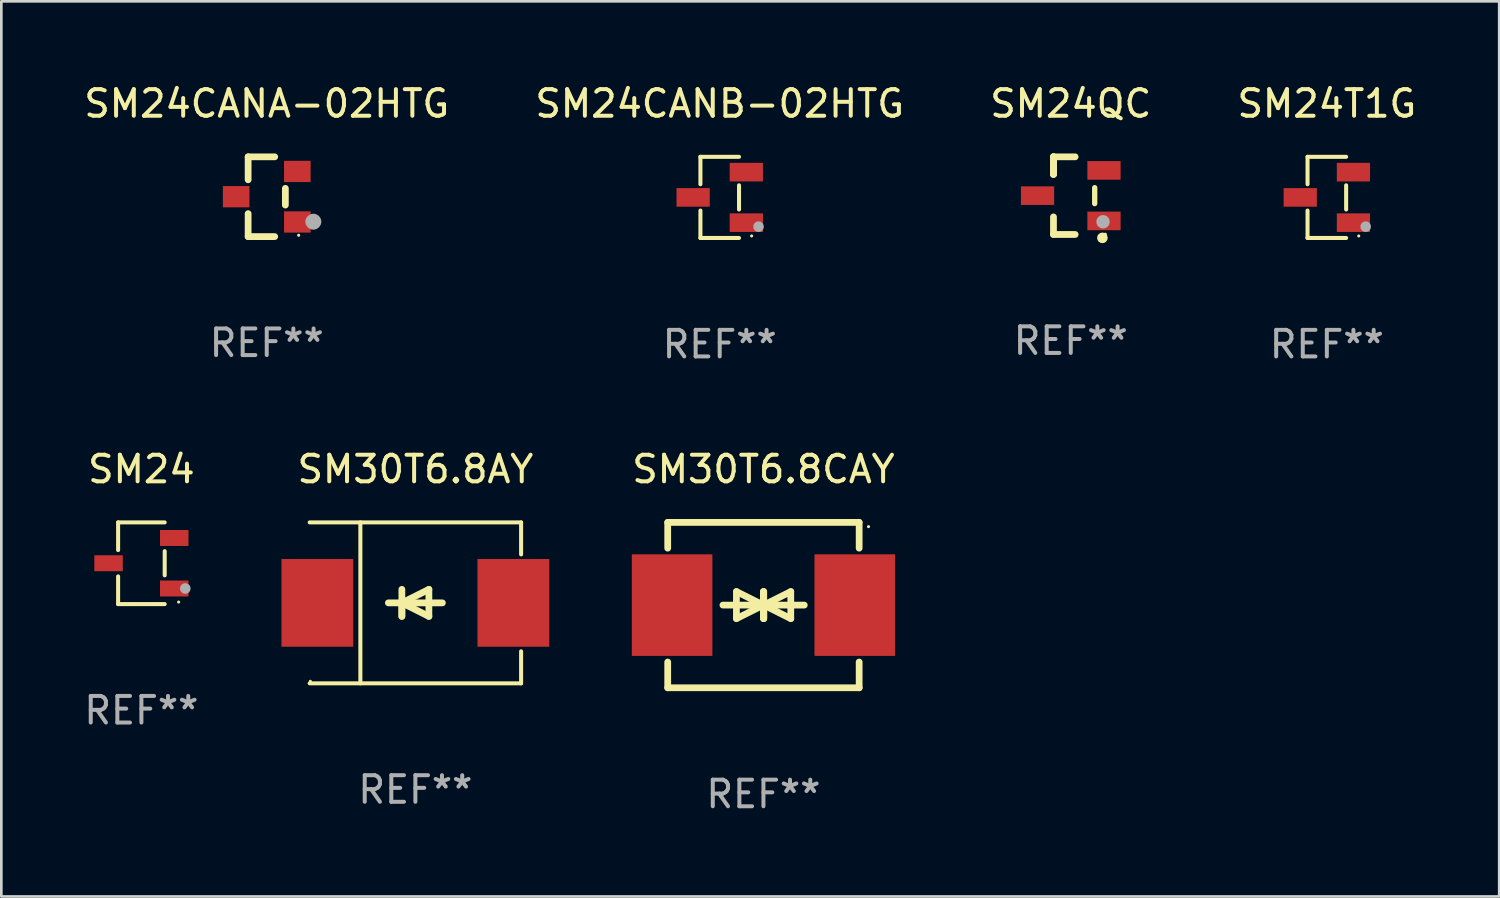
<source format=kicad_pcb>
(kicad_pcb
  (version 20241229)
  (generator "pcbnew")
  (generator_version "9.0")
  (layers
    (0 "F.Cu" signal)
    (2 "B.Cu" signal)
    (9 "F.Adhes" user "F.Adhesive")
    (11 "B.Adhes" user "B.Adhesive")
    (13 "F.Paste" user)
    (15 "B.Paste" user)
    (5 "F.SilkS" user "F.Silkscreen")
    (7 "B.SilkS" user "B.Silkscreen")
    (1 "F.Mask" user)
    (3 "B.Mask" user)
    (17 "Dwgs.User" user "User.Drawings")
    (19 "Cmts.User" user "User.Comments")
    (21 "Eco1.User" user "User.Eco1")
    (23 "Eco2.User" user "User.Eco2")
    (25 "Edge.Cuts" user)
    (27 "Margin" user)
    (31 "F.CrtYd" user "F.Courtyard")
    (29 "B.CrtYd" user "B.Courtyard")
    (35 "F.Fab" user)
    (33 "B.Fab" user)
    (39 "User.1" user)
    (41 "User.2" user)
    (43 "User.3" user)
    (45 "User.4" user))
  (footprint "SM24"
    (layer "F.Cu")
    (at 2.268 18.133)
    (property "Reference" "SM24" (at 0 -3.536 0) (layer "F.SilkS") (effects (font (size 1 1) (thickness 0.15))))
    (attr through_hole)
    (fp_line (start -0.876 -1.536) (end -0.876 -0.495) (stroke (width 0.152) (type solid)) (layer "F.SilkS"))
    (fp_line (start -0.876 1.536) (end -0.876 0.495) (stroke (width 0.152) (type solid)) (layer "F.SilkS"))
    (fp_line (start 0.876 -1.536) (end -0.876 -1.536) (stroke (width 0.152) (type solid)) (layer "F.SilkS"))
    (fp_line (start 0.876 -0.455) (end 0.876 0.455) (stroke (width 0.152) (type solid)) (layer "F.SilkS"))
    (fp_line (start 0.876 1.536) (end -0.876 1.536) (stroke (width 0.152) (type solid)) (layer "F.SilkS"))
    (fp_circle (center 1.4 1.46) (end 1.43 1.46) (stroke (width 0.06) (type solid)) (fill no) (layer "F.SilkS"))
    (fp_circle (center 1.651 0.95) (end 1.751 0.95) (stroke (width 0.2) (type solid)) (fill no) (layer "F.Fab"))
    (fp_text user "REF**" (at 0 5.536 0) (layer "F.Fab") (effects (font (size 1 1) (thickness 0.15))))
    (pad "1" smd rect (at 1.235 0.95) (size 1.07 0.6) (layers "F.Cu" "F.Mask" "F.Paste"))
    (pad "2" smd rect (at 1.235 -0.95) (size 1.07 0.6) (layers "F.Cu" "F.Mask" "F.Paste"))
    (pad "3" smd rect (at -1.235 0) (size 1.07 0.6) (layers "F.Cu" "F.Mask" "F.Paste")))
  (footprint "SM30T6.8AY"
    (layer "F.Cu")
    (at 12.572 19.623)
    (property "Reference" "SM30T6.8AY" (at 0 -5.026 0) (layer "F.SilkS") (effects (font (size 1 1) (thickness 0.15))))
    (attr through_hole)
    (fp_line (start -3.976 -3.026) (end 3.976 -3.026) (stroke (width 0.152) (type solid)) (layer "F.SilkS"))
    (fp_line (start -3.976 3.026) (end 3.976 3.026) (stroke (width 0.152) (type solid)) (layer "F.SilkS"))
    (fp_line (start -2.069 -3.026) (end -2.069 3.026) (stroke (width 0.152) (type solid)) (layer "F.SilkS"))
    (fp_line (start -0.508 0) (end -0.508 0.508) (stroke (width 0.254) (type solid)) (layer "F.SilkS"))
    (fp_line (start -0.508 0) (end 0.508 0.508) (stroke (width 0.254) (type solid)) (layer "F.SilkS"))
    (fp_line (start -0.508 0.508) (end -0.508 -0.508) (stroke (width 0.254) (type solid)) (layer "F.SilkS"))
    (fp_line (start 0.508 -0.508) (end -0.508 0) (stroke (width 0.254) (type solid)) (layer "F.SilkS"))
    (fp_line (start 0.508 0.508) (end 0.508 -0.508) (stroke (width 0.254) (type solid)) (layer "F.SilkS"))
    (fp_line (start 1.016 0) (end -1.016 0) (stroke (width 0.254) (type solid)) (layer "F.SilkS"))
    (fp_line (start 3.976 -3.026) (end 3.976 -1.823) (stroke (width 0.152) (type solid)) (layer "F.SilkS"))
    (fp_line (start 3.976 3.026) (end 3.976 1.823) (stroke (width 0.152) (type solid)) (layer "F.SilkS"))
    (fp_circle (center -3.95 2.95) (end -3.92 2.95) (stroke (width 0.06) (type solid)) (fill no) (layer "F.SilkS"))
    (fp_text user "REF**" (at 0 7.026 0) (layer "F.Fab") (effects (font (size 1 1) (thickness 0.15))))
    (pad "1" smd rect (at -3.686 0) (size 2.7 3.3) (layers "F.Cu" "F.Mask" "F.Paste"))
    (pad "2" smd rect (at 3.686 0) (size 2.7 3.3) (layers "F.Cu" "F.Mask" "F.Paste")))
  (footprint "SM24CANB-02HTG"
    (layer "F.Cu")
    (at 24.018 4.374)
    (property "Reference" "SM24CANB-02HTG" (at 0 -3.526 0) (layer "F.SilkS") (effects (font (size 1 1) (thickness 0.15))))
    (attr through_hole)
    (fp_line (start -0.726 -1.526) (end -0.726 -0.495) (stroke (width 0.152) (type solid)) (layer "F.SilkS"))
    (fp_line (start -0.726 1.526) (end -0.726 0.495) (stroke (width 0.152) (type solid)) (layer "F.SilkS"))
    (fp_line (start 0.726 -1.526) (end -0.726 -1.526) (stroke (width 0.152) (type solid)) (layer "F.SilkS"))
    (fp_line (start 0.726 -0.455) (end 0.726 0.455) (stroke (width 0.152) (type solid)) (layer "F.SilkS"))
    (fp_line (start 0.726 1.526) (end -0.726 1.526) (stroke (width 0.152) (type solid)) (layer "F.SilkS"))
    (fp_circle (center 1.2 1.45) (end 1.23 1.45) (stroke (width 0.06) (type solid)) (fill no) (layer "F.SilkS"))
    (fp_circle (center 1.46 1.1) (end 1.56 1.1) (stroke (width 0.2) (type solid)) (fill no) (layer "F.Fab"))
    (fp_text user "REF**" (at 0 5.526 0) (layer "F.Fab") (effects (font (size 1 1) (thickness 0.15))))
    (pad "1" smd rect (at 1 0.95) (size 1.25 0.7) (layers "F.Cu" "F.Mask" "F.Paste"))
    (pad "2" smd rect (at 1 -0.95) (size 1.25 0.7) (layers "F.Cu" "F.Mask" "F.Paste"))
    (pad "3" smd rect (at -1 0) (size 1.25 0.7) (layers "F.Cu" "F.Mask" "F.Paste")))
  (footprint "SM30T6.8CAY"
    (layer "F.Cu")
    (at 25.662 19.707)
    (property "Reference" "SM30T6.8CAY" (at 0 -5.11 0) (layer "F.SilkS") (effects (font (size 1 1) (thickness 0.15))))
    (attr through_hole)
    (fp_line (start -3.6 -2.141) (end -3.6 -3.11) (stroke (width 0.254) (type solid)) (layer "F.SilkS"))
    (fp_line (start -3.6 3.11) (end -3.6 2.141) (stroke (width 0.254) (type solid)) (layer "F.SilkS"))
    (fp_line (start -1.524 0) (end 0.508 0) (stroke (width 0.254) (type solid)) (layer "F.SilkS"))
    (fp_line (start -1.016 -0.508) (end -1.016 0.508) (stroke (width 0.254) (type solid)) (layer "F.SilkS"))
    (fp_line (start -1.016 0.508) (end 0 0) (stroke (width 0.254) (type solid)) (layer "F.SilkS"))
    (fp_line (start 0 -0.508) (end 0 0.508) (stroke (width 0.254) (type solid)) (layer "F.SilkS"))
    (fp_line (start 0 0) (end -1.016 -0.508) (stroke (width 0.254) (type solid)) (layer "F.SilkS"))
    (fp_line (start 0 0) (end 0 -0.508) (stroke (width 0.254) (type solid)) (layer "F.SilkS"))
    (fp_line (start 0.012 0) (end 0.012 0.508) (stroke (width 0.254) (type solid)) (layer "F.SilkS"))
    (fp_line (start 0.012 0) (end 1.028 0.508) (stroke (width 0.254) (type solid)) (layer "F.SilkS"))
    (fp_line (start 0.012 0.508) (end 0.012 -0.508) (stroke (width 0.254) (type solid)) (layer "F.SilkS"))
    (fp_line (start 1.028 -0.508) (end 0.012 0) (stroke (width 0.254) (type solid)) (layer "F.SilkS"))
    (fp_line (start 1.028 0.508) (end 1.028 -0.508) (stroke (width 0.254) (type solid)) (layer "F.SilkS"))
    (fp_line (start 1.536 0) (end -0.496 0) (stroke (width 0.254) (type solid)) (layer "F.SilkS"))
    (fp_line (start 3.6 -3.11) (end -3.6 -3.11) (stroke (width 0.254) (type solid)) (layer "F.SilkS"))
    (fp_line (start 3.6 -2.141) (end 3.6 -3.11) (stroke (width 0.254) (type solid)) (layer "F.SilkS"))
    (fp_line (start 3.6 3.11) (end -3.6 3.11) (stroke (width 0.254) (type solid)) (layer "F.SilkS"))
    (fp_line (start 3.6 3.11) (end 3.6 2.141) (stroke (width 0.254) (type solid)) (layer "F.SilkS"))
    (fp_circle (center 3.952 -2.95) (end 3.982 -2.95) (stroke (width 0.06) (type solid)) (fill no) (layer "F.SilkS"))
    (fp_text user "REF**" (at 0 7.11 0) (layer "F.Fab") (effects (font (size 1 1) (thickness 0.15))))
    (pad "1" smd rect (at 3.435 0) (size 3.03 3.82) (layers "F.Cu" "F.Mask" "F.Paste"))
    (pad "2" smd rect (at -3.435 0) (size 3.03 3.82) (layers "F.Cu" "F.Mask" "F.Paste")))
  (footprint "SM24T1G"
    (layer "F.Cu")
    (at 46.851 4.374)
    (property "Reference" "SM24T1G" (at 0 -3.526 0) (layer "F.SilkS") (effects (font (size 1 1) (thickness 0.15))))
    (attr through_hole)
    (fp_line (start -0.726 -1.526) (end -0.726 -0.495) (stroke (width 0.152) (type solid)) (layer "F.SilkS"))
    (fp_line (start -0.726 1.526) (end -0.726 0.495) (stroke (width 0.152) (type solid)) (layer "F.SilkS"))
    (fp_line (start 0.726 -1.526) (end -0.726 -1.526) (stroke (width 0.152) (type solid)) (layer "F.SilkS"))
    (fp_line (start 0.726 -0.455) (end 0.726 0.455) (stroke (width 0.152) (type solid)) (layer "F.SilkS"))
    (fp_line (start 0.726 1.526) (end -0.726 1.526) (stroke (width 0.152) (type solid)) (layer "F.SilkS"))
    (fp_circle (center 1.2 1.45) (end 1.23 1.45) (stroke (width 0.06) (type solid)) (fill no) (layer "F.SilkS"))
    (fp_circle (center 1.46 1.1) (end 1.56 1.1) (stroke (width 0.2) (type solid)) (fill no) (layer "F.Fab"))
    (fp_text user "REF**" (at 0 5.526 0) (layer "F.Fab") (effects (font (size 1 1) (thickness 0.15))))
    (pad "1" smd rect (at 1 0.95) (size 1.25 0.7) (layers "F.Cu" "F.Mask" "F.Paste"))
    (pad "2" smd rect (at 1 -0.95) (size 1.25 0.7) (layers "F.Cu" "F.Mask" "F.Paste"))
    (pad "3" smd rect (at -1 0) (size 1.25 0.7) (layers "F.Cu" "F.Mask" "F.Paste")))
  (footprint "SM24CANA-02HTG"
    (layer "F.Cu")
    (at 6.982 4.348)
    (property "Reference" "SM24CANA-02HTG" (at 0 -3.5 0) (layer "F.SilkS") (effects (font (size 1 1) (thickness 0.15))))
    (attr through_hole)
    (fp_line (start -0.7 -1.5) (end 0.3 -1.5) (stroke (width 0.254) (type solid)) (layer "F.SilkS"))
    (fp_line (start -0.7 -0.636) (end -0.7 -1.5) (stroke (width 0.254) (type solid)) (layer "F.SilkS"))
    (fp_line (start -0.7 1.5) (end -0.7 0.636) (stroke (width 0.254) (type solid)) (layer "F.SilkS"))
    (fp_line (start -0.7 1.5) (end 0.3 1.5) (stroke (width 0.254) (type solid)) (layer "F.SilkS"))
    (fp_line (start 0.7 0.314) (end 0.7 -0.314) (stroke (width 0.254) (type solid)) (layer "F.SilkS"))
    (fp_circle (center 1.2 1.45) (end 1.23 1.45) (stroke (width 0.06) (type solid)) (fill no) (layer "F.SilkS"))
    (fp_circle (center 1.753 0.94) (end 1.903 0.94) (stroke (width 0.3) (type solid)) (fill no) (layer "F.Fab"))
    (fp_text user "REF**" (at 0 5.5 0) (layer "F.Fab") (effects (font (size 1 1) (thickness 0.15))))
    (pad "1" smd rect (at 1.15 0.95 180) (size 1 0.8) (layers "F.Cu" "F.Mask" "F.Paste"))
    (pad "2" smd rect (at 1.15 -0.95 180) (size 1 0.8) (layers "F.Cu" "F.Mask" "F.Paste"))
    (pad "3" smd rect (at -1.15 -0.000051 180) (size 1 0.8) (layers "F.Cu" "F.Mask" "F.Paste")))
  (footprint "SM24QC"
    (layer "F.Cu")
    (at 37.22 4.308)
    (property "Reference" "SM24QC" (at 0 -3.46 0) (layer "F.SilkS") (effects (font (size 1 1) (thickness 0.15))))
    (attr through_hole)
    (fp_line (start -0.65 -1.46) (end -0.65 -0.8) (stroke (width 0.254) (type solid)) (layer "F.SilkS"))
    (fp_line (start -0.65 -1.46) (end 0.165 -1.46) (stroke (width 0.254) (type solid)) (layer "F.SilkS"))
    (fp_line (start -0.65 -0.8) (end -0.65 -1.46) (stroke (width 0.254) (type solid)) (layer "F.SilkS"))
    (fp_line (start -0.65 -0.8) (end -0.65 -1.46) (stroke (width 0.254) (type solid)) (layer "F.SilkS"))
    (fp_line (start -0.65 1.46) (end -0.65 0.8) (stroke (width 0.254) (type solid)) (layer "F.SilkS"))
    (fp_line (start 0.165 1.46) (end -0.65 1.46) (stroke (width 0.254) (type solid)) (layer "F.SilkS"))
    (fp_line (start 0.9 0.3) (end 0.9 -0.3) (stroke (width 0.2) (type solid)) (layer "F.SilkS"))
    (fp_circle (center 1.19 1.588) (end 1.29 1.588) (stroke (width 0.2) (type solid)) (fill no) (layer "F.SilkS"))
    (fp_circle (center 1.3 1.45) (end 1.33 1.45) (stroke (width 0.06) (type solid)) (fill no) (layer "F.SilkS"))
    (fp_circle (center 1.214 0.983) (end 1.341 0.983) (stroke (width 0.254) (type solid)) (fill no) (layer "F.Fab"))
    (fp_text user "REF**" (at 0 5.46 0) (layer "F.Fab") (effects (font (size 1 1) (thickness 0.15))))
    (pad "1" smd rect (at 1.25 0.95 270) (size 0.7 1.25) (layers "F.Cu" "F.Mask" "F.Paste"))
    (pad "2" smd rect (at 1.25 -0.95 270) (size 0.7 1.25) (layers "F.Cu" "F.Mask" "F.Paste"))
    (pad "3" smd rect (at -1.25 0 270) (size 0.7 1.25) (layers "F.Cu" "F.Mask" "F.Paste")))
  (gr_rect
    (start -3 -3)
    (end 53.333 30.665)
    (stroke (width 0.1) (type default))
    (fill no)
    (layer "Edge.Cuts")))
</source>
